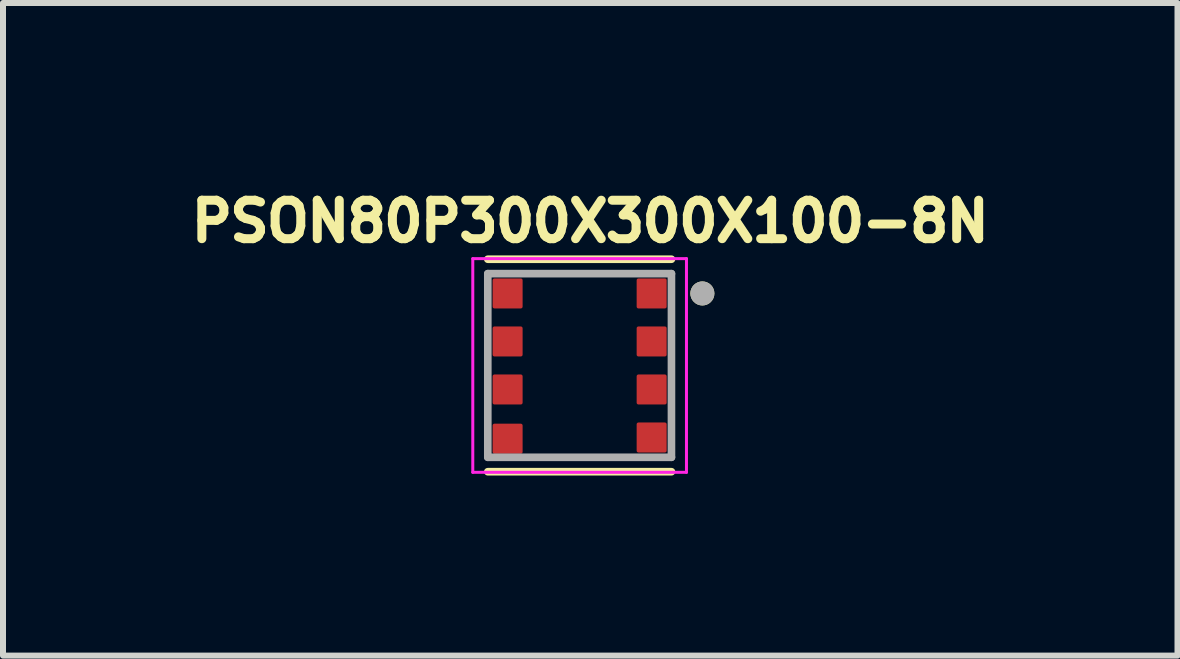
<source format=kicad_pcb>
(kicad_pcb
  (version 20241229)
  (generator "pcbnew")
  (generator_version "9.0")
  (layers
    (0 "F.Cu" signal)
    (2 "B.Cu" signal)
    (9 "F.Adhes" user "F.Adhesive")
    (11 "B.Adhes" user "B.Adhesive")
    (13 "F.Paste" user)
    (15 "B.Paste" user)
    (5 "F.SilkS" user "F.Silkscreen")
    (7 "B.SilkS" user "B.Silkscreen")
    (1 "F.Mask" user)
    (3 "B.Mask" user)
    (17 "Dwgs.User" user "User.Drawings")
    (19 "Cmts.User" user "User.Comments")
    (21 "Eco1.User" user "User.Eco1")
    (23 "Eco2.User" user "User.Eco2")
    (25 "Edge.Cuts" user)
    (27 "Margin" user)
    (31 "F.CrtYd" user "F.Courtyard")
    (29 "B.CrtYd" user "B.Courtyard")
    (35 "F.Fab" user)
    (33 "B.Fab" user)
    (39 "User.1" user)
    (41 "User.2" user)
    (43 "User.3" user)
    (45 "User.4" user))
  (footprint "PSON80P300X300X100-8N"
    (layer "F.Cu")
    (at 6.607 3.039)
    (property "Reference" "PSON80P300X300X100-8N" (at 0.177 -2.401 0) (layer "F.SilkS") (effects (font (size 0.641 0.641) (thickness 0.15))))
    (attr through_hole)
    (fp_line (start -1.53 1.77) (end 1.53 1.77) (stroke (width 0.127) (type solid)) (layer "F.SilkS"))
    (fp_line (start 1.53 -1.77) (end -1.53 -1.77) (stroke (width 0.127) (type solid)) (layer "F.SilkS"))
    (fp_circle (center 2.045 -1.2) (end 2.145 -1.2) (stroke (width 0.2) (type solid)) (fill no) (layer "F.SilkS"))
    (fp_line (start -1.78 -1.78) (end 1.78 -1.78) (stroke (width 0.05) (type solid)) (layer "F.CrtYd"))
    (fp_line (start -1.78 1.78) (end -1.78 -1.78) (stroke (width 0.05) (type solid)) (layer "F.CrtYd"))
    (fp_line (start 1.78 -1.78) (end 1.78 1.78) (stroke (width 0.05) (type solid)) (layer "F.CrtYd"))
    (fp_line (start 1.78 1.78) (end -1.78 1.78) (stroke (width 0.05) (type solid)) (layer "F.CrtYd"))
    (fp_line (start -1.53 -1.53) (end -1.53 1.53) (stroke (width 0.127) (type solid)) (layer "F.Fab"))
    (fp_line (start -1.53 1.53) (end 1.53 1.53) (stroke (width 0.127) (type solid)) (layer "F.Fab"))
    (fp_line (start 1.53 -1.53) (end -1.53 -1.53) (stroke (width 0.127) (type solid)) (layer "F.Fab"))
    (fp_line (start 1.53 1.53) (end 1.53 -1.53) (stroke (width 0.127) (type solid)) (layer "F.Fab"))
    (fp_circle (center 2.045 -1.2) (end 2.145 -1.2) (stroke (width 0.2) (type solid)) (fill no) (layer "F.Fab"))
    (pad "1" smd roundrect (at 1.2 -1.2) (size 0.5 0.5) (layers "F.Cu" "F.Mask" "F.Paste") (roundrect_rratio 0.06))
    (pad "2" smd roundrect (at 1.2 -0.4) (size 0.5 0.5) (layers "F.Cu" "F.Mask" "F.Paste") (roundrect_rratio 0.06))
    (pad "3" smd roundrect (at 1.2 0.4) (size 0.5 0.5) (layers "F.Cu" "F.Mask" "F.Paste") (roundrect_rratio 0.06))
    (pad "4" smd roundrect (at 1.2 1.2) (size 0.5 0.5) (layers "F.Cu" "F.Mask" "F.Paste") (roundrect_rratio 0.06))
    (pad "5" smd roundrect (at -1.2 1.22) (size 0.5 0.5) (layers "F.Cu" "F.Mask" "F.Paste") (roundrect_rratio 0.06))
    (pad "6" smd roundrect (at -1.2 0.4) (size 0.5 0.5) (layers "F.Cu" "F.Mask" "F.Paste") (roundrect_rratio 0.06))
    (pad "7" smd roundrect (at -1.2 -0.4) (size 0.5 0.5) (layers "F.Cu" "F.Mask" "F.Paste") (roundrect_rratio 0.06))
    (pad "8" smd roundrect (at -1.2 -1.2) (size 0.5 0.5) (layers "F.Cu" "F.Mask" "F.Paste") (roundrect_rratio 0.06)))
  (gr_rect
    (start -3 -3)
    (end 16.568 7.873)
    (stroke (width 0.1) (type default))
    (fill no)
    (layer "Edge.Cuts")))
</source>
